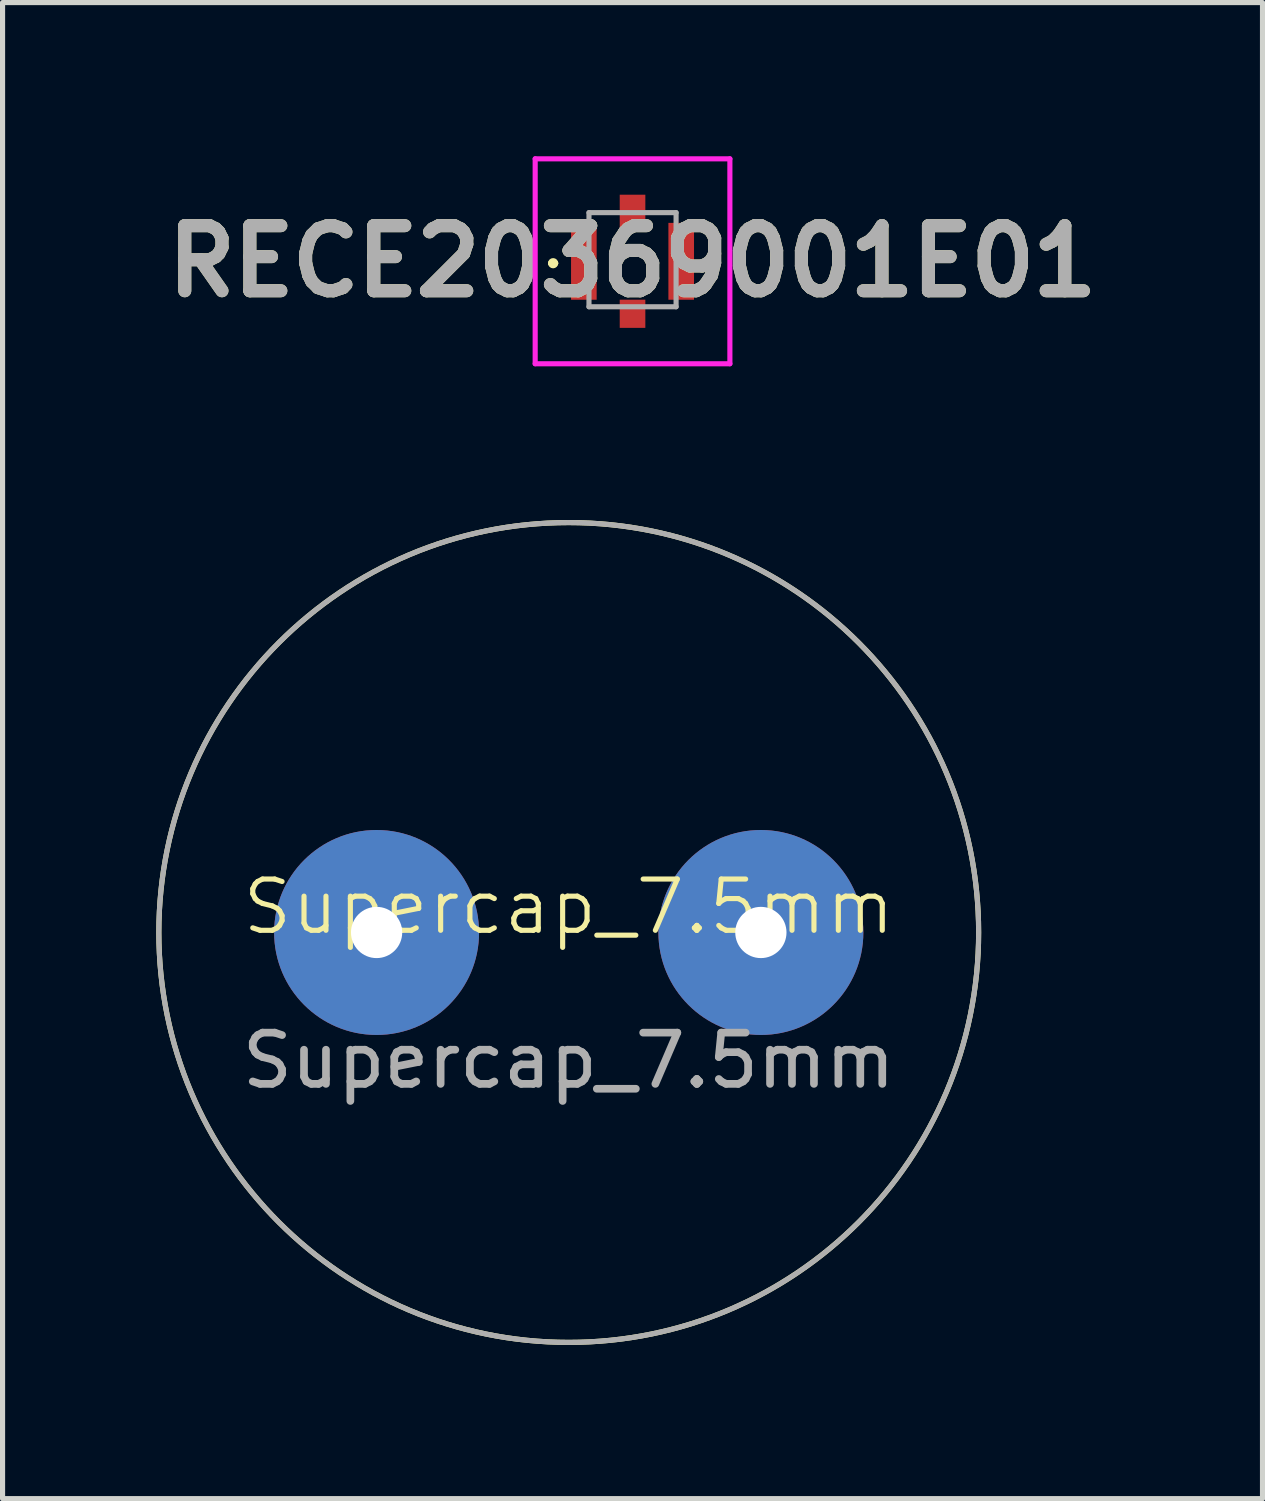
<source format=kicad_pcb>
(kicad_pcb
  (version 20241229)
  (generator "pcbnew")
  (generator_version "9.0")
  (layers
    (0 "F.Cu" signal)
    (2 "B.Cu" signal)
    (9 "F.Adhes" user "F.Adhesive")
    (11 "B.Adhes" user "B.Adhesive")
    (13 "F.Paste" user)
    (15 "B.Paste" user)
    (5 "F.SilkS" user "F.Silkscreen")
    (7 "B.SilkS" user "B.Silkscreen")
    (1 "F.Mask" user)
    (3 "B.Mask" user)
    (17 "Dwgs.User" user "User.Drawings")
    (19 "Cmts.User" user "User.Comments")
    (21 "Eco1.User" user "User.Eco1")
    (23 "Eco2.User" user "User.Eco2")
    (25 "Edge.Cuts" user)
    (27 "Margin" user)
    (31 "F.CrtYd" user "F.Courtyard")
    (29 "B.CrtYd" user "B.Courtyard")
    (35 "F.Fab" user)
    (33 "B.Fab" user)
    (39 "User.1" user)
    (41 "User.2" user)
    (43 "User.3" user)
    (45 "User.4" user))
  (footprint "RECE20369001E01"
    (layer "F.Cu")
    (at 9.295 2.087)
    (property "Reference" "RECE20369001E01" (at 0 -0.037 0) (layer "F.SilkS") (effects (font (size 1.27 1.27) (thickness 0.254))))
    (attr smd)
    (fp_line (start -1.6 0) (end -1.6 0) (stroke (width 0.1) (type solid)) (layer "F.SilkS"))
    (fp_line (start -1.5 0) (end -1.5 0) (stroke (width 0.1) (type solid)) (layer "F.SilkS"))
    (fp_arc (start -1.6 0) (mid -1.55 -0.05) (end -1.5 0) (stroke (width 0.1) (type solid)) (layer "F.SilkS"))
    (fp_arc (start -1.5 0) (mid -1.55 0.05) (end -1.6 0) (stroke (width 0.1) (type solid)) (layer "F.SilkS"))
    (fp_line (start -1.9 -2.037) (end 1.9 -2.037) (stroke (width 0.1) (type solid)) (layer "F.CrtYd"))
    (fp_line (start -1.9 1.962) (end -1.9 -2.037) (stroke (width 0.1) (type solid)) (layer "F.CrtYd"))
    (fp_line (start 1.9 -2.037) (end 1.9 1.962) (stroke (width 0.1) (type solid)) (layer "F.CrtYd"))
    (fp_line (start 1.9 1.962) (end -1.9 1.962) (stroke (width 0.1) (type solid)) (layer "F.CrtYd"))
    (fp_line (start -0.85 -0.987) (end 0.85 -0.987) (stroke (width 0.1) (type solid)) (layer "F.Fab"))
    (fp_line (start -0.85 0.85) (end -0.85 -0.987) (stroke (width 0.1) (type solid)) (layer "F.Fab"))
    (fp_line (start 0.85 -0.987) (end 0.85 0.85) (stroke (width 0.1) (type solid)) (layer "F.Fab"))
    (fp_line (start 0.85 0.85) (end -0.85 0.85) (stroke (width 0.1) (type solid)) (layer "F.Fab"))
    (fp_text user "${REFERENCE}" (at 0 -0.037 0) (layer "F.Fab") (effects (font (size 1.27 1.27) (thickness 0.254))))
    (pad "1" smd rect (at -0.95 -0.037) (size 0.5 1.5) (layers "F.Cu" "F.Mask" "F.Paste"))
    (pad "2" smd rect (at 0 0.987) (size 0.5 0.55) (layers "F.Cu" "F.Mask" "F.Paste"))
    (pad "3" smd rect (at 0.95 -0.037) (size 0.5 1.5) (layers "F.Cu" "F.Mask" "F.Paste"))
    (pad "4" smd rect (at 0 -0.987) (size 0.5 0.7) (layers "F.Cu" "F.Mask" "F.Paste")))
  (footprint "Supercap_7.5mm"
    (layer "F.Cu")
    (at 8.05 15.149)
    (property "Reference" "Supercap_7.5mm" (at 0 -0.5 0) (unlocked yes) (layer "F.SilkS") (effects (font (size 1 1) (thickness 0.1))))
    (attr through_hole)
    (fp_circle (center 0 0) (end 8 0) (stroke (width 0.1) (type default)) (fill no) (layer "F.SilkS"))
    (fp_circle (center 0 0) (end 8 0) (stroke (width 0.1) (type default)) (fill no) (layer "F.Fab"))
    (fp_text user "${REFERENCE}" (at 0 2.5 0) (unlocked yes) (layer "F.Fab") (effects (font (size 1 1) (thickness 0.15))))
    (pad "1" thru_hole circle (at -3.75 0) (size 4 4) (drill 1) (layers "*.Cu" "*.Mask"))
    (pad "2" thru_hole circle (at 3.75 0) (size 4 4) (drill 1) (layers "*.Cu" "*.Mask")))
  (gr_rect
    (start -3 -3)
    (end 21.59 26.199)
    (stroke (width 0.1) (type default))
    (fill no)
    (layer "Edge.Cuts")))
</source>
